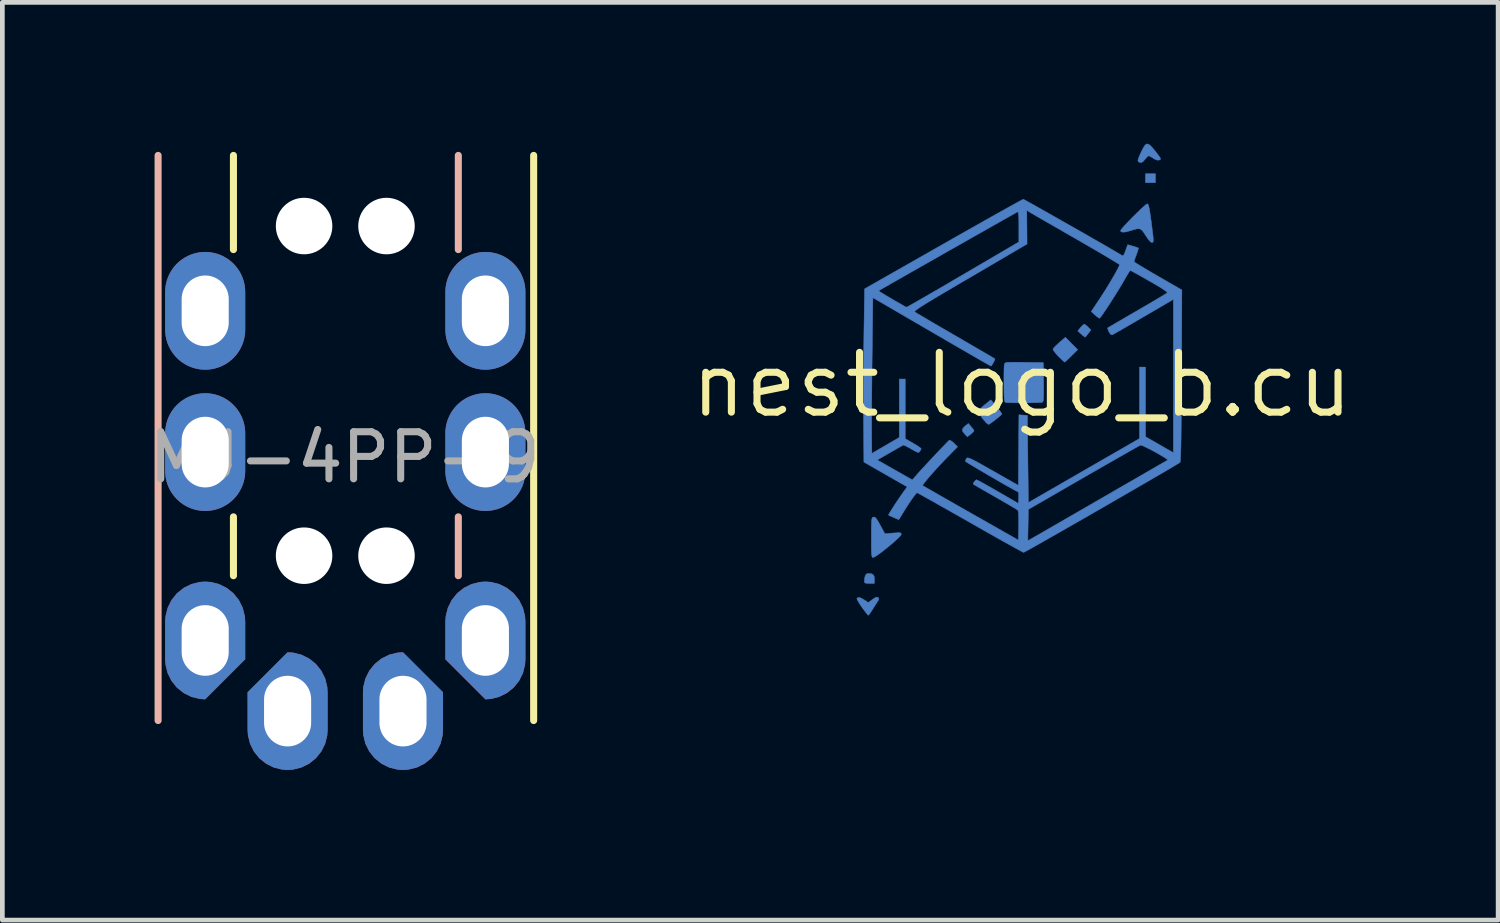
<source format=kicad_pcb>
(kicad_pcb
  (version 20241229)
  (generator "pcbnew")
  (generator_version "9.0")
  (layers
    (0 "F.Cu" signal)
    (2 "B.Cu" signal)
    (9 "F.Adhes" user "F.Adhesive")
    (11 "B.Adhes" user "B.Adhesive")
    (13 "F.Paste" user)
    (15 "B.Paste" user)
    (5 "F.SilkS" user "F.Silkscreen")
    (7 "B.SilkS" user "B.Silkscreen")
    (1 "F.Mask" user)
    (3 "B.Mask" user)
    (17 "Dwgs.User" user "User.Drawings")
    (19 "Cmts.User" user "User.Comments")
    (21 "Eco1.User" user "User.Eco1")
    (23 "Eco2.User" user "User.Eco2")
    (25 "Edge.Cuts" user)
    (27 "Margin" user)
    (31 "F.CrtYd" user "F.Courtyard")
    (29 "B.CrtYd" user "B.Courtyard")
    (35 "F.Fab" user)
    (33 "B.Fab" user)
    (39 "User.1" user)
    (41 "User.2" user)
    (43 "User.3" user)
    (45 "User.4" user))
  (footprint "MJ-4PP-9"
    (layer "F.Cu")
    (at 5.157 0.25)
    (property "Reference" "MJ-4PP-9" (at -0.889 6.413 0) (layer "F.Fab") (effects (font (size 1 1) (thickness 0.15))))
    (attr through_hole)
    (fp_line (start -3.25 2) (end -3.25 0) (stroke (width 0.15) (type solid)) (layer "F.SilkS"))
    (fp_line (start -3.25 7.675) (end -3.25 8.925) (stroke (width 0.15) (type solid)) (layer "F.SilkS"))
    (fp_line (start 3.125 12) (end 3.125 0) (stroke (width 0.15) (type solid)) (layer "F.SilkS"))
    (fp_line (start -4.85 12) (end -4.85 0) (stroke (width 0.15) (type solid)) (layer "B.SilkS"))
    (fp_line (start 1.525 2) (end 1.525 0) (stroke (width 0.15) (type solid)) (layer "B.SilkS"))
    (fp_line (start 1.525 7.675) (end 1.525 8.925) (stroke (width 0.15) (type solid)) (layer "B.SilkS"))
    (fp_line (start -4.784 0.813) (end 3.154 0.813) (stroke (width 0.05) (type solid)) (layer "User.9"))
    (fp_line (start -4.784 13.212) (end -4.784 0.813) (stroke (width 0.05) (type solid)) (layer "User.9"))
    (fp_line (start 3.154 0.813) (end 3.154 13.212) (stroke (width 0.05) (type default)) (layer "User.9"))
    (fp_line (start 3.154 13.212) (end -4.784 13.212) (stroke (width 0.05) (type default)) (layer "User.9"))
    (fp_line (start -4.775 0.813) (end 3.163 0.813) (stroke (width 0.05) (type solid)) (layer "User.10"))
    (fp_line (start -4.775 13.212) (end -4.775 0.813) (stroke (width 0.05) (type solid)) (layer "User.10"))
    (fp_line (start 3.163 0.813) (end 3.163 13.212) (stroke (width 0.05) (type default)) (layer "User.10"))
    (fp_line (start 3.163 13.212) (end -4.775 13.212) (stroke (width 0.05) (type default)) (layer "User.10"))
    (pad "" np_thru_hole circle (at -1.75 1.5) (size 1.2 1.2) (drill 1.2) (layers "*.Cu" "*.Mask"))
    (pad "" np_thru_hole circle (at -1.75 8.5) (size 1.2 1.2) (drill 1.2) (layers "*.Cu" "*.Mask"))
    (pad "" np_thru_hole circle (at 0 1.5) (size 1.2 1.2) (drill 1.2) (layers "*.Cu" "*.Mask"))
    (pad "" np_thru_hole circle (at 0 8.5) (size 1.2 1.2) (drill 1.2) (layers "*.Cu" "*.Mask"))
    (pad "1" thru_hole roundrect (at -2.1 11.8) (size 1.7 2.5) (drill oval 1 1.5) (layers "*.Cu" "B.Mask") (roundrect_rratio 0.5) (chamfer_ratio 0.5) (chamfer top_left))
    (pad "1" thru_hole roundrect (at 0.35 11.8) (size 1.7 2.5) (drill oval 1 1.5) (layers "*.Cu" "F.Mask") (roundrect_rratio 0.5) (chamfer_ratio 0.5) (chamfer top_right))
    (pad "2" thru_hole roundrect (at -3.85 10.3) (size 1.7 2.5) (drill oval 1 1.5) (layers "*.Cu" "F.Mask") (roundrect_rratio 0.5) (chamfer_ratio 0.5) (chamfer bottom_right))
    (pad "2" thru_hole roundrect (at 2.1 10.3) (size 1.7 2.5) (drill oval 1 1.5) (layers "*.Cu" "B.Mask") (roundrect_rratio 0.5) (chamfer_ratio 0.5) (chamfer bottom_left))
    (pad "3" thru_hole oval (at -3.85 6.3) (size 1.7 2.5) (drill oval 1 1.5) (layers "*.Cu" "F.Mask"))
    (pad "3" thru_hole oval (at 2.1 6.3) (size 1.7 2.5) (drill oval 1 1.5) (layers "*.Cu" "B.Mask"))
    (pad "4" thru_hole oval (at -3.85 3.3) (size 1.7 2.5) (drill oval 1 1.5) (layers "*.Cu" "F.Mask"))
    (pad "4" thru_hole oval (at 2.1 3.3) (size 1.7 2.5) (drill oval 1 1.5) (layers "*.Cu" "B.Mask")))
  (footprint "nest_logo_b.cu"
    (layer "F.Cu")
    (at 18.649 5.122)
    (property "Reference" "nest_logo_b.cu" (at 0 0 0) (layer "F.SilkS") (effects (font (size 1.27 1.27) (thickness 0.15))))
    (attr through_hole board_only)
    (fp_poly (pts (xy 2.836 -4.293) (xy 2.625 -4.293) (xy 2.625 -4.483) (xy 2.836 -4.483) (xy 2.836 -4.293)) (stroke (width 0.01) (type solid)) (fill yes) (layer "B.Cu"))
    (fp_poly (pts (xy -3.197 4.011) (xy -3.154 4.033) (xy -3.135 4.078) (xy -3.133 4.123) (xy -3.133 4.216) (xy -3.239 4.216) (xy -3.302 4.214) (xy -3.334 4.204) (xy -3.344 4.183) (xy -3.344 4.176) (xy -3.336 4.086) (xy -3.313 4.028) (xy -3.277 4.005) (xy -3.273 4.005) (xy -3.197 4.011)) (stroke (width 0.01) (type solid)) (fill yes) (layer "B.Cu"))
    (fp_poly (pts (xy -1.077 0.889) (xy -1.039 0.935) (xy -1.018 0.969) (xy -1.016 0.975) (xy -1.031 0.998) (xy -1.07 1.034) (xy -1.087 1.048) (xy -1.158 1.102) (xy -1.214 1.044) (xy -1.257 0.988) (xy -1.263 0.943) (xy -1.23 0.897) (xy -1.202 0.873) (xy -1.137 0.821) (xy -1.077 0.889)) (stroke (width 0.01) (type solid)) (fill yes) (layer "B.Cu"))
    (fp_poly (pts (xy 1.352 -1.273) (xy 1.393 -1.238) (xy 1.406 -1.225) (xy 1.465 -1.164) (xy 1.407 -1.088) (xy 1.371 -1.043) (xy 1.347 -1.015) (xy 1.342 -1.012) (xy 1.324 -1.025) (xy 1.284 -1.057) (xy 1.261 -1.077) (xy 1.186 -1.143) (xy 1.244 -1.215) (xy 1.284 -1.259) (xy 1.316 -1.285) (xy 1.324 -1.287) (xy 1.352 -1.273)) (stroke (width 0.01) (type solid)) (fill yes) (layer "B.Cu"))
    (fp_poly (pts (xy 1.185 -0.746) (xy 1.052 -0.615) (xy 0.992 -0.556) (xy 0.943 -0.511) (xy 0.914 -0.486) (xy 0.909 -0.483) (xy 0.89 -0.497) (xy 0.85 -0.534) (xy 0.795 -0.588) (xy 0.774 -0.608) (xy 0.714 -0.674) (xy 0.674 -0.727) (xy 0.661 -0.76) (xy 0.662 -0.763) (xy 0.682 -0.79) (xy 0.727 -0.836) (xy 0.786 -0.89) (xy 0.798 -0.901) (xy 0.924 -1.01) (xy 1.185 -0.746)) (stroke (width 0.01) (type solid)) (fill yes) (layer "B.Cu"))
    (fp_poly (pts (xy -0.541 0.462) (xy -0.488 0.528) (xy -0.448 0.581) (xy -0.426 0.613) (xy -0.423 0.618) (xy -0.439 0.637) (xy -0.479 0.672) (xy -0.534 0.718) (xy -0.594 0.765) (xy -0.65 0.806) (xy -0.692 0.834) (xy -0.706 0.84) (xy -0.73 0.829) (xy -0.77 0.791) (xy -0.819 0.734) (xy -0.826 0.726) (xy -0.872 0.661) (xy -0.906 0.604) (xy -0.921 0.568) (xy -0.921 0.566) (xy -0.905 0.536) (xy -0.864 0.49) (xy -0.804 0.436) (xy -0.79 0.424) (xy -0.659 0.319) (xy -0.541 0.462)) (stroke (width 0.01) (type solid)) (fill yes) (layer "B.Cu"))
    (fp_poly (pts (xy -3.054 4.516) (xy -3.037 4.54) (xy -3.048 4.572) (xy -3.055 4.584) (xy -3.081 4.624) (xy -3.12 4.687) (xy -3.165 4.759) (xy -3.166 4.761) (xy -3.208 4.825) (xy -3.241 4.872) (xy -3.26 4.893) (xy -3.261 4.893) (xy -3.278 4.877) (xy -3.313 4.834) (xy -3.361 4.771) (xy -3.395 4.724) (xy -3.445 4.65) (xy -3.482 4.588) (xy -3.502 4.546) (xy -3.503 4.533) (xy -3.472 4.514) (xy -3.419 4.526) (xy -3.345 4.568) (xy -3.261 4.623) (xy -3.172 4.557) (xy -3.114 4.519) (xy -3.077 4.507) (xy -3.054 4.516)) (stroke (width 0.01) (type solid)) (fill yes) (layer "B.Cu"))
    (fp_poly (pts (xy 2.7 -5.104) (xy 2.754 -5.055) (xy 2.825 -4.971) (xy 2.837 -4.955) (xy 2.895 -4.881) (xy 2.93 -4.832) (xy 2.944 -4.803) (xy 2.941 -4.787) (xy 2.924 -4.777) (xy 2.919 -4.775) (xy 2.874 -4.771) (xy 2.819 -4.794) (xy 2.791 -4.811) (xy 2.739 -4.843) (xy 2.7 -4.862) (xy 2.691 -4.864) (xy 2.668 -4.849) (xy 2.631 -4.81) (xy 2.616 -4.79) (xy 2.568 -4.737) (xy 2.529 -4.719) (xy 2.488 -4.73) (xy 2.478 -4.736) (xy 2.466 -4.751) (xy 2.467 -4.779) (xy 2.483 -4.828) (xy 2.515 -4.903) (xy 2.531 -4.936) (xy 2.578 -5.033) (xy 2.618 -5.093) (xy 2.657 -5.117) (xy 2.7 -5.104)) (stroke (width 0.01) (type solid)) (fill yes) (layer "B.Cu"))
    (fp_poly (pts (xy -0.014 -0.48) (xy 0.085 -0.478) (xy 0.455 -0.472) (xy 0.461 -0.061) (xy 0.462 0.09) (xy 0.462 0.203) (xy 0.459 0.283) (xy 0.453 0.334) (xy 0.445 0.361) (xy 0.44 0.367) (xy 0.411 0.372) (xy 0.349 0.376) (xy 0.261 0.379) (xy 0.156 0.382) (xy 0.043 0.383) (xy -0.07 0.383) (xy -0.175 0.381) (xy -0.263 0.379) (xy -0.326 0.375) (xy -0.355 0.371) (xy -0.364 0.356) (xy -0.372 0.316) (xy -0.377 0.249) (xy -0.38 0.149) (xy -0.381 0.012) (xy -0.381 -0.05) (xy -0.381 -0.192) (xy -0.38 -0.296) (xy -0.378 -0.37) (xy -0.374 -0.419) (xy -0.367 -0.448) (xy -0.357 -0.463) (xy -0.343 -0.47) (xy -0.333 -0.473) (xy -0.297 -0.476) (xy -0.227 -0.479) (xy -0.13 -0.48) (xy -0.014 -0.48)) (stroke (width 0.01) (type solid)) (fill yes) (layer "B.Cu"))
    (fp_poly (pts (xy -3.114 2.816) (xy -3.087 2.847) (xy -3.051 2.903) (xy -3.003 2.99) (xy -2.988 3.016) (xy -2.91 3.161) (xy -2.736 3.147) (xy -2.65 3.141) (xy -2.598 3.14) (xy -2.572 3.146) (xy -2.562 3.16) (xy -2.561 3.175) (xy -2.577 3.202) (xy -2.621 3.248) (xy -2.685 3.308) (xy -2.764 3.377) (xy -2.85 3.449) (xy -2.938 3.519) (xy -3.019 3.581) (xy -3.088 3.629) (xy -3.139 3.659) (xy -3.159 3.666) (xy -3.172 3.663) (xy -3.181 3.65) (xy -3.188 3.623) (xy -3.192 3.575) (xy -3.195 3.502) (xy -3.196 3.397) (xy -3.196 3.256) (xy -3.196 3.245) (xy -3.196 3.1) (xy -3.195 2.992) (xy -3.192 2.915) (xy -3.188 2.864) (xy -3.181 2.833) (xy -3.171 2.817) (xy -3.16 2.81) (xy -3.137 2.806) (xy -3.114 2.816)) (stroke (width 0.01) (type solid)) (fill yes) (layer "B.Cu"))
    (fp_poly (pts (xy 2.678 -3.833) (xy 2.691 -3.803) (xy 2.704 -3.749) (xy 2.718 -3.665) (xy 2.735 -3.547) (xy 2.745 -3.478) (xy 2.764 -3.329) (xy 2.778 -3.216) (xy 2.787 -3.136) (xy 2.791 -3.081) (xy 2.789 -3.048) (xy 2.782 -3.031) (xy 2.771 -3.024) (xy 2.757 -3.023) (xy 2.726 -3.042) (xy 2.681 -3.094) (xy 2.629 -3.171) (xy 2.58 -3.247) (xy 2.54 -3.293) (xy 2.498 -3.314) (xy 2.443 -3.313) (xy 2.365 -3.292) (xy 2.306 -3.274) (xy 2.207 -3.247) (xy 2.137 -3.242) (xy 2.101 -3.257) (xy 2.095 -3.273) (xy 2.11 -3.298) (xy 2.149 -3.346) (xy 2.207 -3.41) (xy 2.279 -3.485) (xy 2.357 -3.566) (xy 2.438 -3.646) (xy 2.514 -3.719) (xy 2.581 -3.781) (xy 2.631 -3.824) (xy 2.661 -3.844) (xy 2.664 -3.844) (xy 2.678 -3.833)) (stroke (width 0.01) (type solid)) (fill yes) (layer "B.Cu"))
    (fp_poly (pts (xy 0.05 -3.93) (xy 0.104 -3.901) (xy 0.186 -3.856) (xy 0.293 -3.796) (xy 0.421 -3.724) (xy 0.565 -3.643) (xy 0.722 -3.554) (xy 0.887 -3.46) (xy 1.057 -3.364) (xy 1.227 -3.267) (xy 1.394 -3.172) (xy 1.553 -3.08) (xy 1.701 -2.996) (xy 1.833 -2.92) (xy 1.945 -2.854) (xy 2.034 -2.802) (xy 2.095 -2.766) (xy 2.11 -2.756) (xy 2.136 -2.743) (xy 2.155 -2.747) (xy 2.173 -2.776) (xy 2.197 -2.837) (xy 2.202 -2.852) (xy 2.248 -2.977) (xy 2.357 -2.945) (xy 2.419 -2.926) (xy 2.462 -2.911) (xy 2.474 -2.905) (xy 2.471 -2.883) (xy 2.456 -2.832) (xy 2.432 -2.765) (xy 2.432 -2.764) (xy 2.406 -2.695) (xy 2.388 -2.641) (xy 2.381 -2.616) (xy 2.399 -2.601) (xy 2.449 -2.569) (xy 2.526 -2.522) (xy 2.626 -2.462) (xy 2.744 -2.392) (xy 2.875 -2.316) (xy 2.889 -2.308) (xy 3.397 -2.015) (xy 3.39 -0.196) (xy 3.388 0.15) (xy 3.386 0.456) (xy 3.384 0.723) (xy 3.382 0.952) (xy 3.38 1.145) (xy 3.377 1.305) (xy 3.374 1.431) (xy 3.37 1.527) (xy 3.366 1.594) (xy 3.362 1.634) (xy 3.358 1.647) (xy 3.335 1.662) (xy 3.278 1.696) (xy 3.192 1.748) (xy 3.078 1.815) (xy 2.941 1.895) (xy 2.783 1.987) (xy 2.608 2.089) (xy 2.419 2.198) (xy 2.219 2.314) (xy 2.011 2.434) (xy 1.798 2.557) (xy 1.584 2.68) (xy 1.371 2.803) (xy 1.163 2.922) (xy 0.963 3.036) (xy 0.775 3.144) (xy 0.601 3.243) (xy 0.444 3.332) (xy 0.308 3.409) (xy 0.196 3.472) (xy 0.112 3.519) (xy 0.057 3.548) (xy 0.036 3.558) (xy 0.014 3.548) (xy -0.042 3.518) (xy -0.129 3.471) (xy -0.242 3.408) (xy -0.379 3.332) (xy -0.421 3.308) (xy 0.126 3.308) (xy 0.174 3.283) (xy 0.2 3.268) (xy 0.259 3.234) (xy 0.349 3.183) (xy 0.467 3.115) (xy 0.611 3.032) (xy 0.776 2.937) (xy 0.96 2.831) (xy 1.161 2.715) (xy 1.376 2.591) (xy 1.6 2.461) (xy 1.651 2.432) (xy 1.877 2.302) (xy 2.092 2.177) (xy 2.294 2.061) (xy 2.479 1.954) (xy 2.646 1.857) (xy 2.791 1.774) (xy 2.911 1.704) (xy 3.004 1.651) (xy 3.066 1.615) (xy 3.095 1.598) (xy 3.097 1.597) (xy 3.088 1.584) (xy 3.048 1.555) (xy 2.985 1.516) (xy 2.906 1.47) (xy 2.82 1.421) (xy 2.732 1.374) (xy 2.65 1.333) (xy 2.583 1.301) (xy 2.537 1.283) (xy 2.521 1.28) (xy 2.497 1.292) (xy 2.44 1.323) (xy 2.352 1.372) (xy 2.238 1.437) (xy 2.099 1.516) (xy 1.94 1.607) (xy 1.763 1.708) (xy 1.572 1.818) (xy 1.37 1.934) (xy 1.312 1.967) (xy 0.138 2.645) (xy 0.132 2.977) (xy 0.126 3.308) (xy -0.421 3.308) (xy -0.536 3.244) (xy -0.71 3.145) (xy -0.899 3.038) (xy -1.098 2.925) (xy -1.101 2.923) (xy -1.299 2.81) (xy -1.487 2.704) (xy -1.661 2.605) (xy -1.817 2.517) (xy -1.953 2.44) (xy -2.065 2.378) (xy -2.15 2.33) (xy -2.205 2.301) (xy -2.226 2.29) (xy -2.226 2.29) (xy -2.246 2.307) (xy -2.283 2.353) (xy -2.332 2.42) (xy -2.389 2.503) (xy -2.448 2.594) (xy -2.505 2.685) (xy -2.519 2.708) (xy -2.561 2.778) (xy -2.594 2.831) (xy -2.612 2.859) (xy -2.615 2.861) (xy -2.635 2.854) (xy -2.681 2.834) (xy -2.737 2.81) (xy -2.789 2.786) (xy -2.825 2.77) (xy -2.832 2.766) (xy -2.824 2.747) (xy -2.797 2.7) (xy -2.755 2.633) (xy -2.704 2.553) (xy -2.648 2.468) (xy -2.591 2.384) (xy -2.539 2.309) (xy -2.515 2.275) (xy -2.435 2.166) (xy -2.895 1.903) (xy -3.355 1.639) (xy -3.36 0.902) (xy -3.191 0.902) (xy -3.191 1.021) (xy -3.191 1.085) (xy -3.186 1.456) (xy -2.895 1.287) (xy -2.603 1.117) (xy -2.603 -0.123) (xy -2.477 -0.123) (xy -2.477 1.143) (xy -2.307 1.241) (xy -2.233 1.285) (xy -2.176 1.323) (xy -2.143 1.348) (xy -2.138 1.355) (xy -2.149 1.384) (xy -2.167 1.411) (xy -2.183 1.429) (xy -2.203 1.434) (xy -2.235 1.424) (xy -2.288 1.396) (xy -2.35 1.361) (xy -2.422 1.321) (xy -2.479 1.292) (xy -2.513 1.279) (xy -2.517 1.278) (xy -2.54 1.291) (xy -2.592 1.32) (xy -2.667 1.363) (xy -2.758 1.415) (xy -2.801 1.44) (xy -3.071 1.595) (xy -2.698 1.807) (xy -2.326 2.018) (xy -2.237 1.916) (xy -2.19 1.862) (xy -2.124 1.79) (xy -2.045 1.704) (xy -1.958 1.611) (xy -1.868 1.515) (xy -1.78 1.421) (xy -1.699 1.336) (xy -1.629 1.264) (xy -1.577 1.21) (xy -1.546 1.18) (xy -1.541 1.176) (xy -1.515 1.182) (xy -1.472 1.212) (xy -1.443 1.239) (xy -1.366 1.316) (xy -1.58 1.533) (xy -1.677 1.634) (xy -1.774 1.737) (xy -1.866 1.838) (xy -1.949 1.932) (xy -2.018 2.013) (xy -2.07 2.078) (xy -2.101 2.121) (xy -2.107 2.138) (xy -2.087 2.15) (xy -2.033 2.181) (xy -1.95 2.229) (xy -1.839 2.293) (xy -1.706 2.369) (xy -1.552 2.457) (xy -1.382 2.554) (xy -1.199 2.658) (xy -1.085 2.723) (xy -0.074 3.297) (xy -0.068 2.99) (xy -0.067 2.859) (xy -0.069 2.765) (xy -0.074 2.703) (xy -0.083 2.669) (xy -0.089 2.66) (xy -0.115 2.643) (xy -0.171 2.608) (xy -0.254 2.559) (xy -0.358 2.498) (xy -0.477 2.429) (xy -0.572 2.375) (xy -0.697 2.303) (xy -0.81 2.239) (xy -0.905 2.184) (xy -0.977 2.142) (xy -1.021 2.116) (xy -1.033 2.109) (xy -1.03 2.089) (xy -1.009 2.055) (xy -0.982 2.026) (xy -0.963 2.015) (xy -0.94 2.026) (xy -0.885 2.055) (xy -0.804 2.099) (xy -0.703 2.156) (xy -0.587 2.222) (xy -0.508 2.267) (xy -0.074 2.518) (xy -0.068 2.399) (xy -0.067 2.333) (xy -0.072 2.288) (xy -0.078 2.274) (xy -0.109 2.259) (xy -0.169 2.227) (xy -0.252 2.18) (xy -0.355 2.123) (xy -0.47 2.057) (xy -0.592 1.986) (xy -0.717 1.914) (xy -0.838 1.843) (xy -0.95 1.777) (xy -1.047 1.719) (xy -1.125 1.672) (xy -1.177 1.639) (xy -1.199 1.623) (xy -1.199 1.623) (xy -1.192 1.591) (xy -1.176 1.564) (xy -1.166 1.554) (xy -1.15 1.55) (xy -1.126 1.555) (xy -1.088 1.569) (xy -1.033 1.596) (xy -0.957 1.636) (xy -0.855 1.692) (xy -0.723 1.767) (xy -0.611 1.83) (xy -0.074 2.135) (xy -0.063 0.636) (xy 0.027 0.643) (xy 0.116 0.649) (xy 0.127 1.575) (xy 0.138 2.5) (xy 1.318 1.82) (xy 2.498 1.14) (xy 2.498 -0.377) (xy 2.625 -0.377) (xy 2.625 1.101) (xy 2.921 1.271) (xy 3.217 1.441) (xy 3.217 -1.815) (xy 2.99 -1.682) (xy 2.757 -1.546) (xy 2.557 -1.43) (xy 2.39 -1.332) (xy 2.252 -1.252) (xy 2.142 -1.188) (xy 2.056 -1.139) (xy 1.993 -1.103) (xy 1.95 -1.079) (xy 1.924 -1.066) (xy 1.917 -1.063) (xy 1.887 -1.069) (xy 1.855 -1.115) (xy 1.849 -1.126) (xy 1.828 -1.176) (xy 1.821 -1.206) (xy 1.822 -1.209) (xy 1.842 -1.221) (xy 1.894 -1.252) (xy 1.974 -1.299) (xy 2.078 -1.359) (xy 2.201 -1.431) (xy 2.339 -1.511) (xy 2.445 -1.572) (xy 2.592 -1.658) (xy 2.728 -1.737) (xy 2.848 -1.808) (xy 2.949 -1.868) (xy 3.024 -1.914) (xy 3.071 -1.943) (xy 3.084 -1.951) (xy 3.083 -1.965) (xy 3.059 -1.989) (xy 3.009 -2.025) (xy 2.93 -2.075) (xy 2.819 -2.141) (xy 2.711 -2.203) (xy 2.594 -2.27) (xy 2.489 -2.329) (xy 2.403 -2.377) (xy 2.34 -2.411) (xy 2.306 -2.429) (xy 2.302 -2.43) (xy 2.288 -2.413) (xy 2.257 -2.366) (xy 2.216 -2.298) (xy 2.18 -2.235) (xy 2.123 -2.137) (xy 2.057 -2.028) (xy 1.986 -1.913) (xy 1.913 -1.798) (xy 1.843 -1.688) (xy 1.778 -1.59) (xy 1.722 -1.508) (xy 1.68 -1.449) (xy 1.654 -1.418) (xy 1.649 -1.414) (xy 1.623 -1.428) (xy 1.579 -1.461) (xy 1.551 -1.486) (xy 1.473 -1.557) (xy 1.655 -1.83) (xy 1.722 -1.933) (xy 1.793 -2.045) (xy 1.863 -2.16) (xy 1.928 -2.271) (xy 1.986 -2.371) (xy 2.032 -2.456) (xy 2.062 -2.517) (xy 2.074 -2.55) (xy 2.074 -2.551) (xy 2.057 -2.565) (xy 2.005 -2.597) (xy 1.924 -2.647) (xy 1.817 -2.711) (xy 1.687 -2.788) (xy 1.537 -2.876) (xy 1.371 -2.972) (xy 1.192 -3.076) (xy 1.138 -3.107) (xy 0.954 -3.212) (xy 0.781 -3.312) (xy 0.621 -3.404) (xy 0.478 -3.486) (xy 0.357 -3.556) (xy 0.26 -3.612) (xy 0.192 -3.652) (xy 0.156 -3.673) (xy 0.153 -3.676) (xy 0.104 -3.706) (xy 0.107 -3.349) (xy 0.11 -2.991) (xy -1.099 -2.282) (xy -1.341 -2.141) (xy -1.548 -2.019) (xy -1.724 -1.915) (xy -1.87 -1.828) (xy -1.989 -1.756) (xy -2.084 -1.697) (xy -2.157 -1.651) (xy -2.21 -1.615) (xy -2.245 -1.589) (xy -2.266 -1.57) (xy -2.275 -1.557) (xy -2.273 -1.548) (xy -2.271 -1.546) (xy -2.246 -1.53) (xy -2.187 -1.495) (xy -2.1 -1.444) (xy -1.988 -1.378) (xy -1.854 -1.299) (xy -1.704 -1.211) (xy -1.539 -1.116) (xy -1.408 -1.04) (xy -1.238 -0.941) (xy -1.079 -0.848) (xy -0.935 -0.765) (xy -0.81 -0.692) (xy -0.708 -0.633) (xy -0.632 -0.588) (xy -0.586 -0.561) (xy -0.573 -0.553) (xy -0.577 -0.533) (xy -0.595 -0.492) (xy -0.62 -0.446) (xy -0.643 -0.41) (xy -0.656 -0.398) (xy -0.676 -0.409) (xy -0.729 -0.439) (xy -0.813 -0.486) (xy -0.924 -0.55) (xy -1.06 -0.629) (xy -1.218 -0.72) (xy -1.394 -0.822) (xy -1.586 -0.933) (xy -1.79 -1.052) (xy -1.916 -1.125) (xy -3.164 -1.852) (xy -3.18 -0.569) (xy -3.183 -0.327) (xy -3.185 -0.086) (xy -3.187 0.147) (xy -3.189 0.367) (xy -3.19 0.57) (xy -3.191 0.75) (xy -3.191 0.902) (xy -3.36 0.902) (xy -3.362 0.732) (xy -3.363 0.493) (xy -3.363 0.224) (xy -3.363 -0.063) (xy -3.361 -0.355) (xy -3.359 -0.642) (xy -3.356 -0.91) (xy -3.354 -1.107) (xy -3.34 -1.998) (xy -3.043 -1.998) (xy -3.028 -1.986) (xy -2.984 -1.957) (xy -2.917 -1.916) (xy -2.836 -1.868) (xy -2.747 -1.815) (xy -2.658 -1.763) (xy -2.576 -1.717) (xy -2.509 -1.679) (xy -2.464 -1.655) (xy -2.449 -1.648) (xy -2.428 -1.659) (xy -2.374 -1.688) (xy -2.289 -1.736) (xy -2.178 -1.8) (xy -2.042 -1.878) (xy -1.885 -1.969) (xy -1.71 -2.07) (xy -1.52 -2.181) (xy -1.319 -2.299) (xy -1.248 -2.34) (xy -0.064 -3.034) (xy -0.064 -3.359) (xy -0.064 -3.487) (xy -0.067 -3.579) (xy -0.072 -3.637) (xy -0.079 -3.667) (xy -0.089 -3.674) (xy -0.09 -3.673) (xy -0.111 -3.662) (xy -0.166 -3.632) (xy -0.25 -3.584) (xy -0.361 -3.522) (xy -0.495 -3.446) (xy -0.649 -3.359) (xy -0.819 -3.263) (xy -1.003 -3.159) (xy -1.196 -3.049) (xy -1.395 -2.936) (xy -1.597 -2.822) (xy -1.798 -2.707) (xy -1.996 -2.595) (xy -2.186 -2.487) (xy -2.366 -2.385) (xy -2.532 -2.29) (xy -2.68 -2.206) (xy -2.808 -2.133) (xy -2.911 -2.074) (xy -2.987 -2.03) (xy -3.032 -2.004) (xy -3.043 -1.998) (xy -3.34 -1.998) (xy -3.339 -2.039) (xy -1.668 -2.989) (xy -1.422 -3.129) (xy -1.188 -3.262) (xy -0.966 -3.387) (xy -0.759 -3.504) (xy -0.571 -3.61) (xy -0.404 -3.703) (xy -0.26 -3.784) (xy -0.142 -3.849) (xy -0.053 -3.898) (xy 0.005 -3.929) (xy 0.029 -3.94) (xy 0.029 -3.94) (xy 0.05 -3.93)) (stroke (width 0.01) (type solid)) (fill yes) (layer "B.Cu")))
  (gr_rect
    (start -3 -3)
    (end 28.762 16.487)
    (stroke (width 0.1) (type default))
    (fill no)
    (layer "Edge.Cuts")))
</source>
